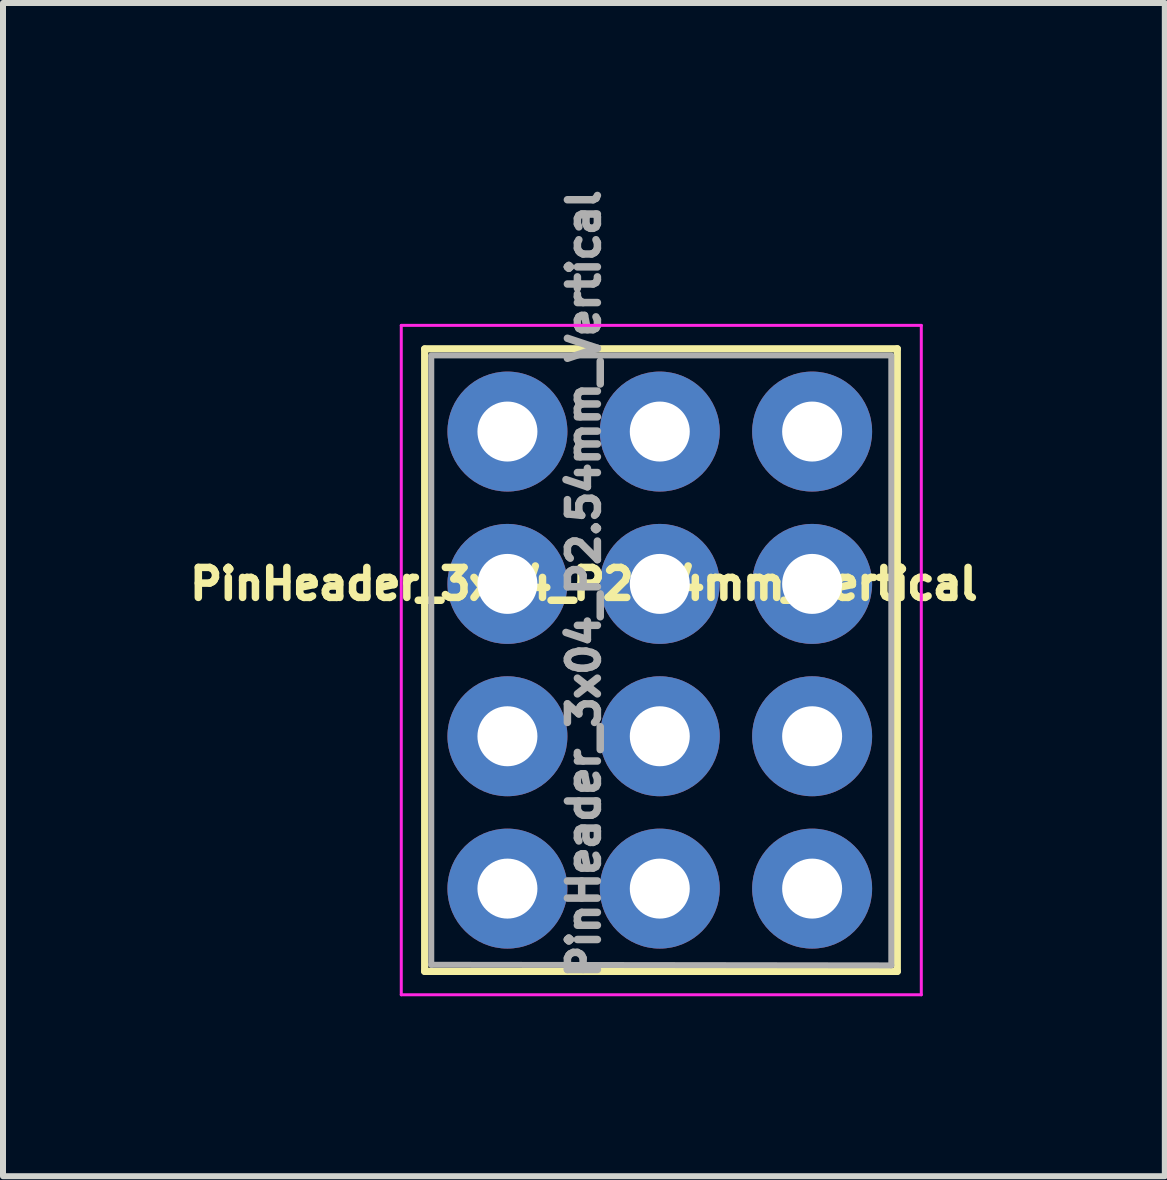
<source format=kicad_pcb>
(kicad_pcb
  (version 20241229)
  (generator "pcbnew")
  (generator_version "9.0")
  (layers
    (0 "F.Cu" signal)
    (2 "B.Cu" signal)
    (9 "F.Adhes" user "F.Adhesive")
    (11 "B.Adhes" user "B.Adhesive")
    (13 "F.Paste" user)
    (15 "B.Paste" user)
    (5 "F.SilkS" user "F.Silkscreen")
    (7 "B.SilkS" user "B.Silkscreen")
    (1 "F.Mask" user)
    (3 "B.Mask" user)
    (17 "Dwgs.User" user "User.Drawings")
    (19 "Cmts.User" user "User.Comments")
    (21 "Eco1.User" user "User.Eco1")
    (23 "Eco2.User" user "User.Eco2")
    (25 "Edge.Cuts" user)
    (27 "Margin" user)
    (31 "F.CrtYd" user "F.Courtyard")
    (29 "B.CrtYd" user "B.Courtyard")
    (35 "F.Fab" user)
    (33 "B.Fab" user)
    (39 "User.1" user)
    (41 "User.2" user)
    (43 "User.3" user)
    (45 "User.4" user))
  (footprint "PinHeader_3x04_P2.54mm_Vertical"
    (layer "F.Cu")
    (at 5.41 4.145)
    (property "Reference" "PinHeader_3x04_P2.54mm_Vertical" (at 1.275 2.54 180) (layer "F.SilkS") (effects (font (size 0.5 0.5) (thickness 0.125))))
    (attr through_hole)
    (fp_line (start -1.38 -1.38) (end 6.5 -1.38) (stroke (width 0.12) (type solid)) (layer "F.SilkS"))
    (fp_line (start -1.38 -1.375) (end -1.38 9) (stroke (width 0.12) (type solid)) (layer "F.SilkS"))
    (fp_line (start -1.38 9) (end 6.5 9) (stroke (width 0.12) (type solid)) (layer "F.SilkS"))
    (fp_line (start 6.5 -1.38) (end 6.5 9) (stroke (width 0.12) (type solid)) (layer "F.SilkS"))
    (fp_line (start -1.77 -1.77) (end -1.77 9.39) (stroke (width 0.05) (type solid)) (layer "F.CrtYd"))
    (fp_line (start -1.77 9.39) (end 6.9 9.39) (stroke (width 0.05) (type solid)) (layer "F.CrtYd"))
    (fp_line (start 6.9 -1.77) (end -1.77 -1.77) (stroke (width 0.05) (type solid)) (layer "F.CrtYd"))
    (fp_line (start 6.9 9.39) (end 6.9 -1.77) (stroke (width 0.05) (type solid)) (layer "F.CrtYd"))
    (fp_line (start -1.27 -1.27) (end 6.4 -1.27) (stroke (width 0.1) (type solid)) (layer "F.Fab"))
    (fp_line (start -1.27 8.89) (end -1.27 -1.25) (stroke (width 0.1) (type solid)) (layer "F.Fab"))
    (fp_line (start 6.4 -1.25) (end 6.4 8.9) (stroke (width 0.1) (type solid)) (layer "F.Fab"))
    (fp_line (start 6.4 8.9) (end -1.27 8.89) (stroke (width 0.1) (type solid)) (layer "F.Fab"))
    (fp_text user "${REFERENCE}" (at 1.275 2.54 90) (layer "F.Fab") (effects (font (size 0.5 0.5) (thickness 0.15))))
    (pad "1" thru_hole circle (at 0 0) (size 2 2) (drill 1) (layers "*.Cu" "*.Mask"))
    (pad "2" thru_hole circle (at 2.54 0) (size 2 2) (drill 1) (layers "*.Cu" "*.Mask"))
    (pad "3" thru_hole circle (at 5.08 0) (size 2 2) (drill 1) (layers "*.Cu" "*.Mask"))
    (pad "4" thru_hole circle (at 0 2.54) (size 2 2) (drill 1) (layers "*.Cu" "*.Mask"))
    (pad "5" thru_hole circle (at 2.54 2.54) (size 2 2) (drill 1) (layers "*.Cu" "*.Mask"))
    (pad "6" thru_hole circle (at 5.08 2.54) (size 2 2) (drill 1) (layers "*.Cu" "*.Mask"))
    (pad "7" thru_hole circle (at 0 5.08) (size 2 2) (drill 1) (layers "*.Cu" "*.Mask"))
    (pad "8" thru_hole circle (at 2.54 5.08) (size 2 2) (drill 1) (layers "*.Cu" "*.Mask"))
    (pad "9" thru_hole circle (at 5.08 5.08) (size 2 2) (drill 1) (layers "*.Cu" "*.Mask"))
    (pad "10" thru_hole circle (at 0 7.62) (size 2 2) (drill 1) (layers "*.Cu" "*.Mask"))
    (pad "11" thru_hole circle (at 2.54 7.62) (size 2 2) (drill 1) (layers "*.Cu" "*.Mask"))
    (pad "12" thru_hole circle (at 5.08 7.62) (size 2 2) (drill 1) (layers "*.Cu" "*.Mask")))
  (gr_rect
    (start -3 -3)
    (end 16.37 16.56)
    (stroke (width 0.1) (type default))
    (fill no)
    (layer "Edge.Cuts")))
</source>
